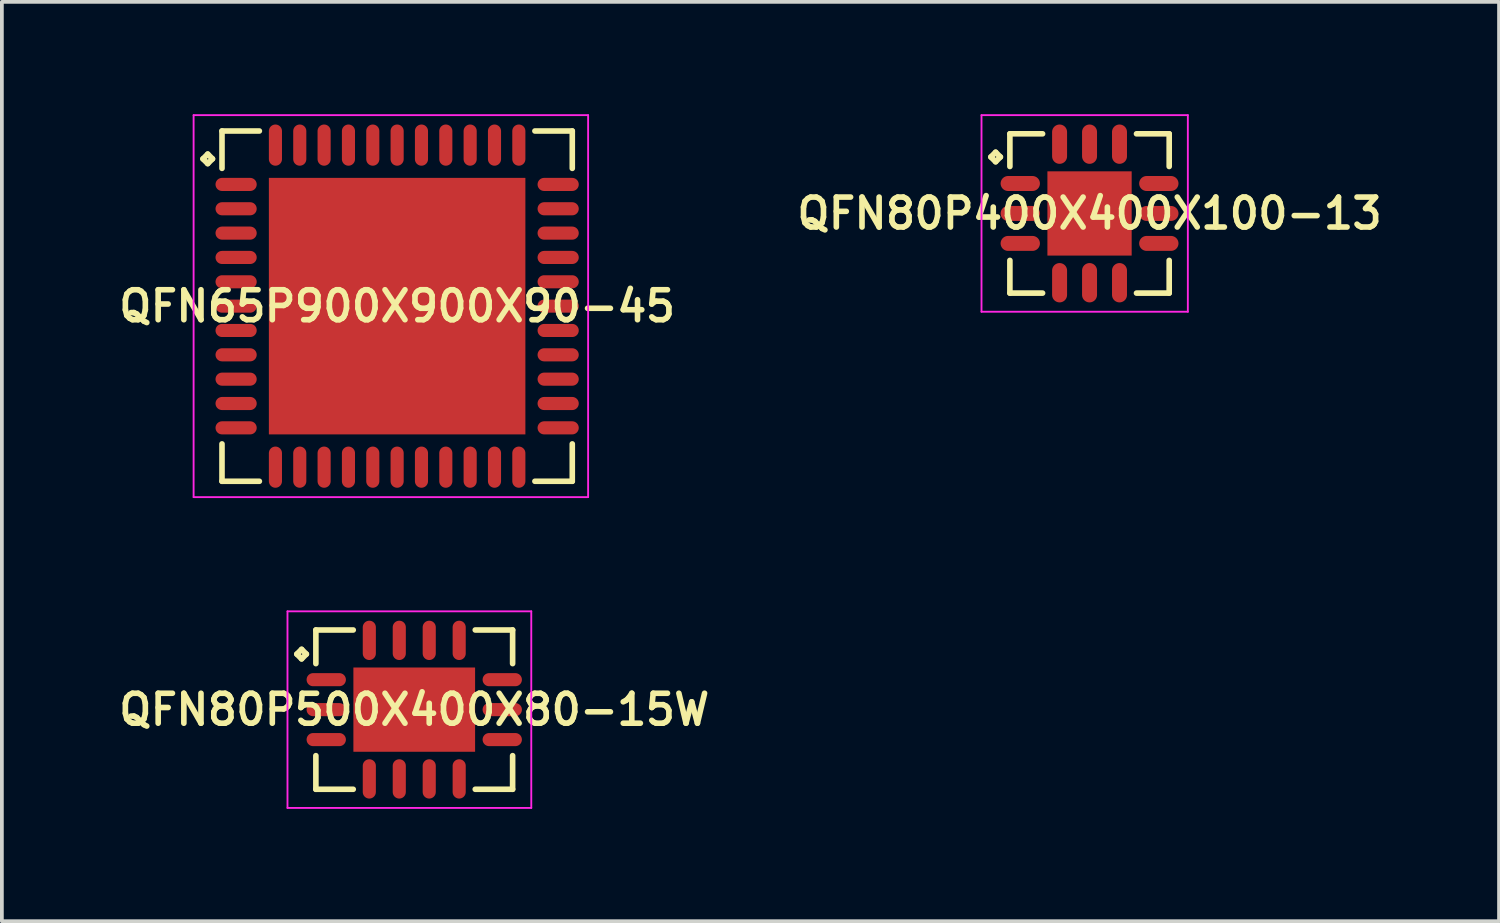
<source format=kicad_pcb>
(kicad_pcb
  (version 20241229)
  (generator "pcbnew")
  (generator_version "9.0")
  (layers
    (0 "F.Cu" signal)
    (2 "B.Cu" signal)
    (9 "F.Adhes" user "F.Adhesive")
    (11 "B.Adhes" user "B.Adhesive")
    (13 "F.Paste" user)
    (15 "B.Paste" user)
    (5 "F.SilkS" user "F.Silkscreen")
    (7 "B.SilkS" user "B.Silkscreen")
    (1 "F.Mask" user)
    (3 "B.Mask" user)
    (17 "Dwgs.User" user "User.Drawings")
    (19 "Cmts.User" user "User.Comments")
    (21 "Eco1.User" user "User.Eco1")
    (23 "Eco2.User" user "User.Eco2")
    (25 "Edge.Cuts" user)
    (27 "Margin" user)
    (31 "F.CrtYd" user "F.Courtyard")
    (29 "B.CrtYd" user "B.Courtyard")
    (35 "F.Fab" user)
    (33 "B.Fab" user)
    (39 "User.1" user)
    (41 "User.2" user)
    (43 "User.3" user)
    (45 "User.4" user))
  (footprint "QFN65P900X900X90-45"
    (layer "F.Cu")
    (at 7.555 5.125)
    (property "Reference" "QFN65P900X900X90-45" (at 0 0 0) (layer "F.SilkS") (effects (font (size 0.8 0.8) (thickness 0.15))))
    (attr smd)
    (fp_line (start -5.185 -3.933) (end -5.058 -4.06) (stroke (width 0.15) (type solid)) (layer "F.SilkS"))
    (fp_line (start -5.058 -4.06) (end -4.931 -3.933) (stroke (width 0.15) (type solid)) (layer "F.SilkS"))
    (fp_line (start -5.058 -3.806) (end -5.185 -3.933) (stroke (width 0.15) (type solid)) (layer "F.SilkS"))
    (fp_line (start -4.931 -3.933) (end -5.058 -3.806) (stroke (width 0.15) (type solid)) (layer "F.SilkS"))
    (fp_line (start -4.677 -4.677) (end -3.679 -4.677) (stroke (width 0.15) (type solid)) (layer "F.SilkS"))
    (fp_line (start -4.677 -3.679) (end -4.677 -4.677) (stroke (width 0.15) (type solid)) (layer "F.SilkS"))
    (fp_line (start -4.677 3.679) (end -4.677 4.677) (stroke (width 0.15) (type solid)) (layer "F.SilkS"))
    (fp_line (start -4.677 4.677) (end -3.679 4.677) (stroke (width 0.15) (type solid)) (layer "F.SilkS"))
    (fp_line (start 3.679 -4.677) (end 4.677 -4.677) (stroke (width 0.15) (type solid)) (layer "F.SilkS"))
    (fp_line (start 3.679 4.677) (end 4.677 4.677) (stroke (width 0.15) (type solid)) (layer "F.SilkS"))
    (fp_line (start 4.677 -4.677) (end 4.677 -3.679) (stroke (width 0.15) (type solid)) (layer "F.SilkS"))
    (fp_line (start 4.677 4.677) (end 4.677 3.679) (stroke (width 0.15) (type solid)) (layer "F.SilkS"))
    (fp_line (start -5.435 -5.1) (end 5.1 -5.1) (stroke (width 0.05) (type solid)) (layer "F.CrtYd"))
    (fp_line (start -5.435 5.1) (end -5.435 -5.1) (stroke (width 0.05) (type solid)) (layer "F.CrtYd"))
    (fp_line (start 5.1 -5.1) (end 5.1 5.1) (stroke (width 0.05) (type solid)) (layer "F.CrtYd"))
    (fp_line (start 5.1 5.1) (end -5.435 5.1) (stroke (width 0.05) (type solid)) (layer "F.CrtYd"))
    (pad "1" smd oval (at -4.3 -3.25) (size 1.1 0.35) (layers "F.Cu" "F.Mask" "F.Paste"))
    (pad "2" smd oval (at -4.3 -2.6) (size 1.1 0.35) (layers "F.Cu" "F.Mask" "F.Paste"))
    (pad "3" smd oval (at -4.3 -1.95) (size 1.1 0.35) (layers "F.Cu" "F.Mask" "F.Paste"))
    (pad "4" smd oval (at -4.3 -1.3) (size 1.1 0.35) (layers "F.Cu" "F.Mask" "F.Paste"))
    (pad "5" smd oval (at -4.3 -0.65) (size 1.1 0.35) (layers "F.Cu" "F.Mask" "F.Paste"))
    (pad "6" smd oval (at -4.3 0) (size 1.1 0.35) (layers "F.Cu" "F.Mask" "F.Paste"))
    (pad "7" smd oval (at -4.3 0.65) (size 1.1 0.35) (layers "F.Cu" "F.Mask" "F.Paste"))
    (pad "8" smd oval (at -4.3 1.3) (size 1.1 0.35) (layers "F.Cu" "F.Mask" "F.Paste"))
    (pad "9" smd oval (at -4.3 1.95) (size 1.1 0.35) (layers "F.Cu" "F.Mask" "F.Paste"))
    (pad "10" smd oval (at -4.3 2.6) (size 1.1 0.35) (layers "F.Cu" "F.Mask" "F.Paste"))
    (pad "11" smd oval (at -4.3 3.25) (size 1.1 0.35) (layers "F.Cu" "F.Mask" "F.Paste"))
    (pad "12" smd oval (at -3.25 4.3) (size 0.35 1.1) (layers "F.Cu" "F.Mask" "F.Paste"))
    (pad "13" smd oval (at -2.6 4.3) (size 0.35 1.1) (layers "F.Cu" "F.Mask" "F.Paste"))
    (pad "14" smd oval (at -1.95 4.3) (size 0.35 1.1) (layers "F.Cu" "F.Mask" "F.Paste"))
    (pad "15" smd oval (at -1.3 4.3) (size 0.35 1.1) (layers "F.Cu" "F.Mask" "F.Paste"))
    (pad "16" smd oval (at -0.65 4.3) (size 0.35 1.1) (layers "F.Cu" "F.Mask" "F.Paste"))
    (pad "17" smd oval (at 0 4.3) (size 0.35 1.1) (layers "F.Cu" "F.Mask" "F.Paste"))
    (pad "18" smd oval (at 0.65 4.3) (size 0.35 1.1) (layers "F.Cu" "F.Mask" "F.Paste"))
    (pad "19" smd oval (at 1.3 4.3) (size 0.35 1.1) (layers "F.Cu" "F.Mask" "F.Paste"))
    (pad "20" smd oval (at 1.95 4.3) (size 0.35 1.1) (layers "F.Cu" "F.Mask" "F.Paste"))
    (pad "21" smd oval (at 2.6 4.3) (size 0.35 1.1) (layers "F.Cu" "F.Mask" "F.Paste"))
    (pad "22" smd oval (at 3.25 4.3) (size 0.35 1.1) (layers "F.Cu" "F.Mask" "F.Paste"))
    (pad "23" smd oval (at 4.3 3.25) (size 1.1 0.35) (layers "F.Cu" "F.Mask" "F.Paste"))
    (pad "24" smd oval (at 4.3 2.6) (size 1.1 0.35) (layers "F.Cu" "F.Mask" "F.Paste"))
    (pad "25" smd oval (at 4.3 1.95) (size 1.1 0.35) (layers "F.Cu" "F.Mask" "F.Paste"))
    (pad "26" smd oval (at 4.3 1.3) (size 1.1 0.35) (layers "F.Cu" "F.Mask" "F.Paste"))
    (pad "27" smd oval (at 4.3 0.65) (size 1.1 0.35) (layers "F.Cu" "F.Mask" "F.Paste"))
    (pad "28" smd oval (at 4.3 0) (size 1.1 0.35) (layers "F.Cu" "F.Mask" "F.Paste"))
    (pad "29" smd oval (at 4.3 -0.65) (size 1.1 0.35) (layers "F.Cu" "F.Mask" "F.Paste"))
    (pad "30" smd oval (at 4.3 -1.3) (size 1.1 0.35) (layers "F.Cu" "F.Mask" "F.Paste"))
    (pad "31" smd oval (at 4.3 -1.95) (size 1.1 0.35) (layers "F.Cu" "F.Mask" "F.Paste"))
    (pad "32" smd oval (at 4.3 -2.6) (size 1.1 0.35) (layers "F.Cu" "F.Mask" "F.Paste"))
    (pad "33" smd oval (at 4.3 -3.25) (size 1.1 0.35) (layers "F.Cu" "F.Mask" "F.Paste"))
    (pad "34" smd oval (at 3.25 -4.3) (size 0.35 1.1) (layers "F.Cu" "F.Mask" "F.Paste"))
    (pad "35" smd oval (at 2.6 -4.3) (size 0.35 1.1) (layers "F.Cu" "F.Mask" "F.Paste"))
    (pad "36" smd oval (at 1.95 -4.3) (size 0.35 1.1) (layers "F.Cu" "F.Mask" "F.Paste"))
    (pad "37" smd oval (at 1.3 -4.3) (size 0.35 1.1) (layers "F.Cu" "F.Mask" "F.Paste"))
    (pad "38" smd oval (at 0.65 -4.3) (size 0.35 1.1) (layers "F.Cu" "F.Mask" "F.Paste"))
    (pad "39" smd oval (at 0 -4.3) (size 0.35 1.1) (layers "F.Cu" "F.Mask" "F.Paste"))
    (pad "40" smd oval (at -0.65 -4.3) (size 0.35 1.1) (layers "F.Cu" "F.Mask" "F.Paste"))
    (pad "41" smd oval (at -1.3 -4.3) (size 0.35 1.1) (layers "F.Cu" "F.Mask" "F.Paste"))
    (pad "42" smd oval (at -1.95 -4.3) (size 0.35 1.1) (layers "F.Cu" "F.Mask" "F.Paste"))
    (pad "43" smd oval (at -2.6 -4.3) (size 0.35 1.1) (layers "F.Cu" "F.Mask" "F.Paste"))
    (pad "44" smd oval (at -3.25 -4.3) (size 0.35 1.1) (layers "F.Cu" "F.Mask" "F.Paste"))
    (pad "45" smd rect (at 0 0) (size 6.85 6.85) (layers "F.Cu" "F.Mask" "F.Paste")))
  (footprint "QFN80P500X400X80-15W"
    (layer "F.Cu")
    (at 8.012 15.9)
    (property "Reference" "QFN80P500X400X80-15W" (at 0 0 0) (layer "F.SilkS") (effects (font (size 0.8 0.8) (thickness 0.15))))
    (attr smd)
    (fp_line (start -3.135 -1.483) (end -3.008 -1.61) (stroke (width 0.15) (type solid)) (layer "F.SilkS"))
    (fp_line (start -3.008 -1.61) (end -2.881 -1.483) (stroke (width 0.15) (type solid)) (layer "F.SilkS"))
    (fp_line (start -3.008 -1.356) (end -3.135 -1.483) (stroke (width 0.15) (type solid)) (layer "F.SilkS"))
    (fp_line (start -2.881 -1.483) (end -3.008 -1.356) (stroke (width 0.15) (type solid)) (layer "F.SilkS"))
    (fp_line (start -2.627 -2.127) (end -1.629 -2.127) (stroke (width 0.15) (type solid)) (layer "F.SilkS"))
    (fp_line (start -2.627 -1.229) (end -2.627 -2.127) (stroke (width 0.15) (type solid)) (layer "F.SilkS"))
    (fp_line (start -2.627 1.229) (end -2.627 2.127) (stroke (width 0.15) (type solid)) (layer "F.SilkS"))
    (fp_line (start -2.627 2.127) (end -1.629 2.127) (stroke (width 0.15) (type solid)) (layer "F.SilkS"))
    (fp_line (start 1.629 -2.127) (end 2.627 -2.127) (stroke (width 0.15) (type solid)) (layer "F.SilkS"))
    (fp_line (start 1.629 2.127) (end 2.627 2.127) (stroke (width 0.15) (type solid)) (layer "F.SilkS"))
    (fp_line (start 2.627 -2.127) (end 2.627 -1.229) (stroke (width 0.15) (type solid)) (layer "F.SilkS"))
    (fp_line (start 2.627 2.127) (end 2.627 1.229) (stroke (width 0.15) (type solid)) (layer "F.SilkS"))
    (fp_line (start -3.385 -2.625) (end 3.125 -2.625) (stroke (width 0.05) (type solid)) (layer "F.CrtYd"))
    (fp_line (start -3.385 2.625) (end -3.385 -2.625) (stroke (width 0.05) (type solid)) (layer "F.CrtYd"))
    (fp_line (start 3.125 -2.625) (end 3.125 2.625) (stroke (width 0.05) (type solid)) (layer "F.CrtYd"))
    (fp_line (start 3.125 2.625) (end -3.385 2.625) (stroke (width 0.05) (type solid)) (layer "F.CrtYd"))
    (pad "1" smd oval (at -2.35 -0.8) (size 1.05 0.35) (layers "F.Cu" "F.Mask" "F.Paste"))
    (pad "2" smd oval (at -2.35 0) (size 1.05 0.35) (layers "F.Cu" "F.Mask" "F.Paste"))
    (pad "3" smd oval (at -2.35 0.8) (size 1.05 0.35) (layers "F.Cu" "F.Mask" "F.Paste"))
    (pad "4" smd oval (at -1.2 1.85) (size 0.35 1.05) (layers "F.Cu" "F.Mask" "F.Paste"))
    (pad "5" smd oval (at -0.4 1.85) (size 0.35 1.05) (layers "F.Cu" "F.Mask" "F.Paste"))
    (pad "6" smd oval (at 0.4 1.85) (size 0.35 1.05) (layers "F.Cu" "F.Mask" "F.Paste"))
    (pad "7" smd oval (at 1.2 1.85) (size 0.35 1.05) (layers "F.Cu" "F.Mask" "F.Paste"))
    (pad "8" smd oval (at 2.35 0.8) (size 1.05 0.35) (layers "F.Cu" "F.Mask" "F.Paste"))
    (pad "9" smd oval (at 2.35 0) (size 1.05 0.35) (layers "F.Cu" "F.Mask" "F.Paste"))
    (pad "10" smd oval (at 2.35 -0.8) (size 1.05 0.35) (layers "F.Cu" "F.Mask" "F.Paste"))
    (pad "11" smd oval (at 1.2 -1.85) (size 0.35 1.05) (layers "F.Cu" "F.Mask" "F.Paste"))
    (pad "12" smd oval (at 0.4 -1.85) (size 0.35 1.05) (layers "F.Cu" "F.Mask" "F.Paste"))
    (pad "13" smd oval (at -0.4 -1.85) (size 0.35 1.05) (layers "F.Cu" "F.Mask" "F.Paste"))
    (pad "14" smd oval (at -1.2 -1.85) (size 0.35 1.05) (layers "F.Cu" "F.Mask" "F.Paste"))
    (pad "15" smd rect (at 0 0) (size 3.25 2.25) (layers "F.Cu" "F.Mask" "F.Paste")))
  (footprint "QFN80P400X400X100-13"
    (layer "F.Cu")
    (at 26.045 2.65)
    (property "Reference" "QFN80P400X400X100-13" (at 0 0 0) (layer "F.SilkS") (effects (font (size 0.8 0.8) (thickness 0.15))))
    (attr smd)
    (fp_line (start -2.635 -1.508) (end -2.508 -1.635) (stroke (width 0.15) (type solid)) (layer "F.SilkS"))
    (fp_line (start -2.508 -1.635) (end -2.381 -1.508) (stroke (width 0.15) (type solid)) (layer "F.SilkS"))
    (fp_line (start -2.508 -1.381) (end -2.635 -1.508) (stroke (width 0.15) (type solid)) (layer "F.SilkS"))
    (fp_line (start -2.381 -1.508) (end -2.508 -1.381) (stroke (width 0.15) (type solid)) (layer "F.SilkS"))
    (fp_line (start -2.127 -2.127) (end -1.254 -2.127) (stroke (width 0.15) (type solid)) (layer "F.SilkS"))
    (fp_line (start -2.127 -1.254) (end -2.127 -2.127) (stroke (width 0.15) (type solid)) (layer "F.SilkS"))
    (fp_line (start -2.127 1.254) (end -2.127 2.127) (stroke (width 0.15) (type solid)) (layer "F.SilkS"))
    (fp_line (start -2.127 2.127) (end -1.254 2.127) (stroke (width 0.15) (type solid)) (layer "F.SilkS"))
    (fp_line (start 1.254 -2.127) (end 2.127 -2.127) (stroke (width 0.15) (type solid)) (layer "F.SilkS"))
    (fp_line (start 1.254 2.127) (end 2.127 2.127) (stroke (width 0.15) (type solid)) (layer "F.SilkS"))
    (fp_line (start 2.127 -2.127) (end 2.127 -1.254) (stroke (width 0.15) (type solid)) (layer "F.SilkS"))
    (fp_line (start 2.127 2.127) (end 2.127 1.254) (stroke (width 0.15) (type solid)) (layer "F.SilkS"))
    (fp_line (start -2.885 -2.625) (end 2.625 -2.625) (stroke (width 0.05) (type solid)) (layer "F.CrtYd"))
    (fp_line (start -2.885 2.625) (end -2.885 -2.625) (stroke (width 0.05) (type solid)) (layer "F.CrtYd"))
    (fp_line (start 2.625 -2.625) (end 2.625 2.625) (stroke (width 0.05) (type solid)) (layer "F.CrtYd"))
    (fp_line (start 2.625 2.625) (end -2.885 2.625) (stroke (width 0.05) (type solid)) (layer "F.CrtYd"))
    (pad "1" smd oval (at -1.85 -0.8) (size 1.05 0.4) (layers "F.Cu" "F.Mask" "F.Paste"))
    (pad "2" smd oval (at -1.85 0) (size 1.05 0.4) (layers "F.Cu" "F.Mask" "F.Paste"))
    (pad "3" smd oval (at -1.85 0.8) (size 1.05 0.4) (layers "F.Cu" "F.Mask" "F.Paste"))
    (pad "4" smd oval (at -0.8 1.85) (size 0.4 1.05) (layers "F.Cu" "F.Mask" "F.Paste"))
    (pad "5" smd oval (at 0 1.85) (size 0.4 1.05) (layers "F.Cu" "F.Mask" "F.Paste"))
    (pad "6" smd oval (at 0.8 1.85) (size 0.4 1.05) (layers "F.Cu" "F.Mask" "F.Paste"))
    (pad "7" smd oval (at 1.85 0.8) (size 1.05 0.4) (layers "F.Cu" "F.Mask" "F.Paste"))
    (pad "8" smd oval (at 1.85 0) (size 1.05 0.4) (layers "F.Cu" "F.Mask" "F.Paste"))
    (pad "9" smd oval (at 1.85 -0.8) (size 1.05 0.4) (layers "F.Cu" "F.Mask" "F.Paste"))
    (pad "10" smd oval (at 0.8 -1.85) (size 0.4 1.05) (layers "F.Cu" "F.Mask" "F.Paste"))
    (pad "11" smd oval (at 0 -1.85) (size 0.4 1.05) (layers "F.Cu" "F.Mask" "F.Paste"))
    (pad "12" smd oval (at -0.8 -1.85) (size 0.4 1.05) (layers "F.Cu" "F.Mask" "F.Paste"))
    (pad "13" smd rect (at 0 0) (size 2.25 2.25) (layers "F.Cu" "F.Mask" "F.Paste")))
  (gr_rect
    (start -3 -3)
    (end 36.98 21.55)
    (stroke (width 0.1) (type default))
    (fill no)
    (layer "Edge.Cuts")))
</source>
